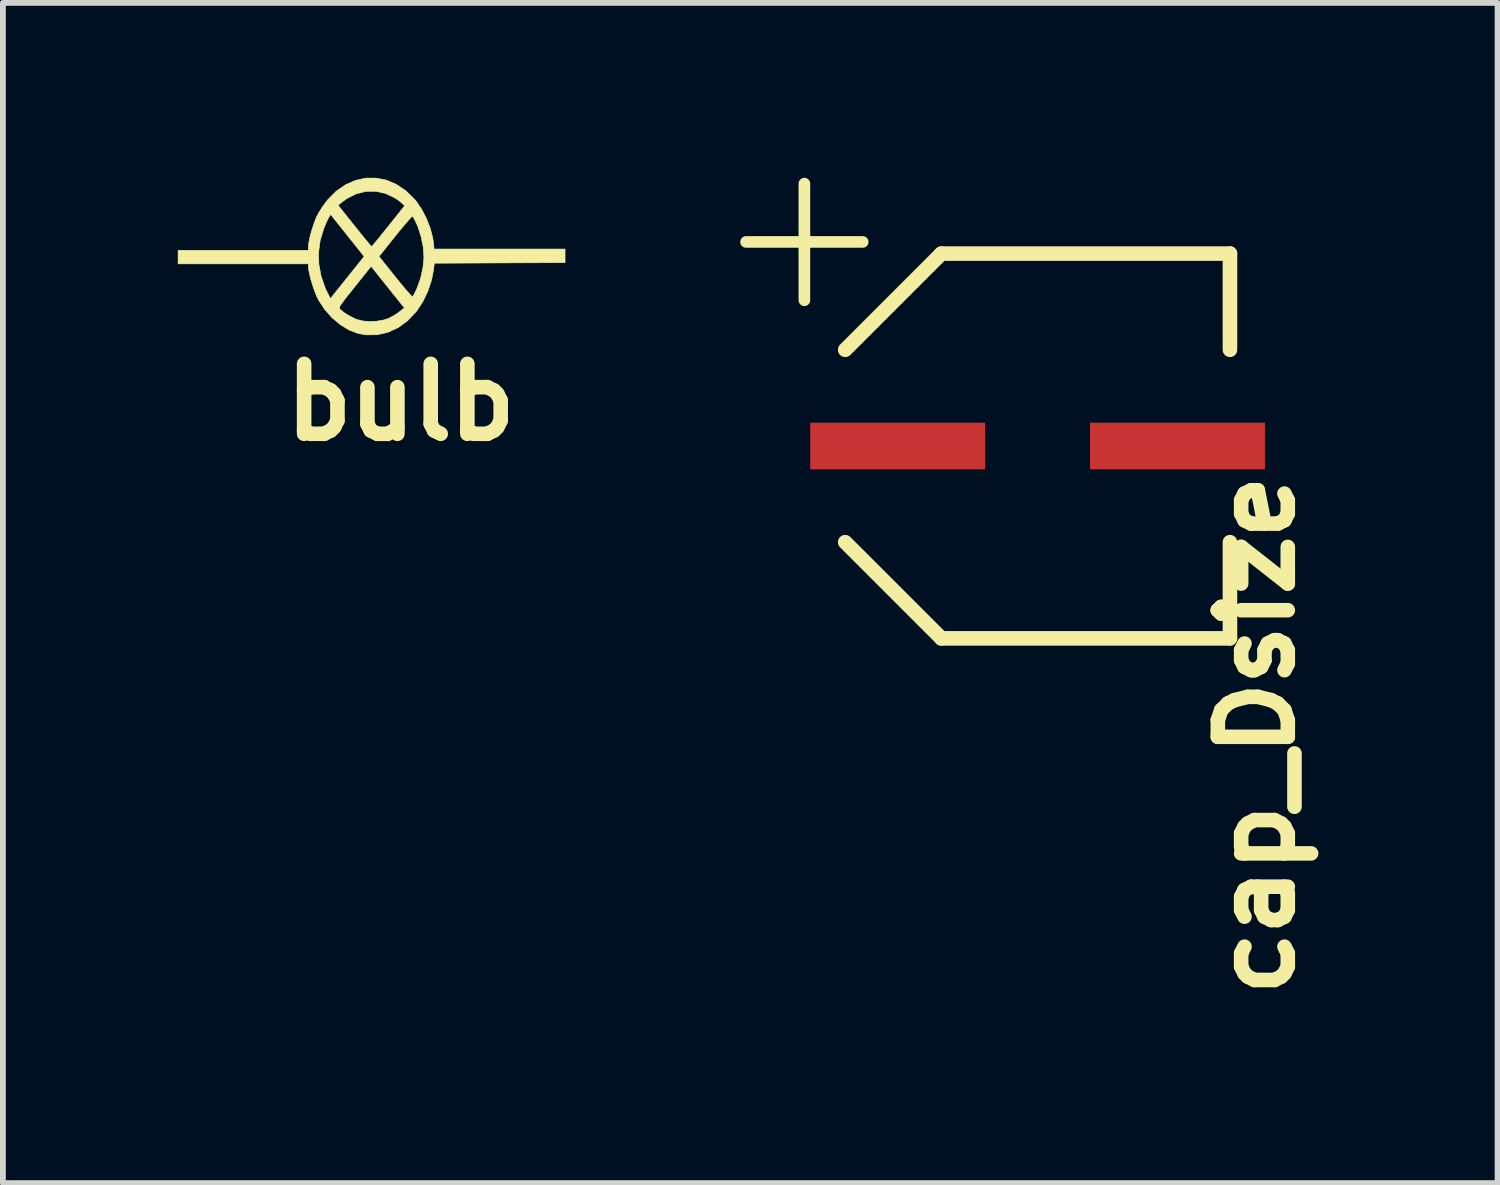
<source format=kicad_pcb>
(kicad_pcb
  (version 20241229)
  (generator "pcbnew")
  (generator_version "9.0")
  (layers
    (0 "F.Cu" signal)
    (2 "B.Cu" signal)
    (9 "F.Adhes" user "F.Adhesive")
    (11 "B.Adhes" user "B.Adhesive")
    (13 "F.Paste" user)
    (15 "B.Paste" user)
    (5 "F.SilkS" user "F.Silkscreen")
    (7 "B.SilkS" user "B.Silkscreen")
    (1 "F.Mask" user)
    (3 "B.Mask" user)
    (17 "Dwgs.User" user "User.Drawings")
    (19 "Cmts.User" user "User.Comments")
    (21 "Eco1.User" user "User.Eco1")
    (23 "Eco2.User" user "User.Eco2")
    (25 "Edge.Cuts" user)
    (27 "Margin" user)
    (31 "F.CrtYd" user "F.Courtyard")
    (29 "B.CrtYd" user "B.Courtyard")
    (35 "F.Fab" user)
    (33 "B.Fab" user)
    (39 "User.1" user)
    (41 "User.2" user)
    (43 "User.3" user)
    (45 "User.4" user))
  (footprint "cap_Dsize"
    (layer "F.Cu")
    (at 14.748 4.6)
    (property "Reference" "cap_Dsize" (at 3.75 4.96 90) (layer "F.SilkS") (effects (font (size 1.2 1.2) (thickness 0.25))))
    (attr through_hole)
    (fp_line (start -4 -2.5) (end -4 -4.5) (stroke (width 0.2) (type solid)) (layer "F.SilkS"))
    (fp_line (start -3.3 -1.65) (end -1.65 -3.3) (stroke (width 0.25) (type solid)) (layer "F.SilkS"))
    (fp_line (start -3.3 1.65) (end -1.65 3.3) (stroke (width 0.25) (type solid)) (layer "F.SilkS"))
    (fp_line (start -3 -3.5) (end -5 -3.5) (stroke (width 0.2) (type solid)) (layer "F.SilkS"))
    (fp_line (start -1.65 -3.3) (end 3.3 -3.3) (stroke (width 0.25) (type solid)) (layer "F.SilkS"))
    (fp_line (start -1.65 3.3) (end 3.3 3.3) (stroke (width 0.25) (type solid)) (layer "F.SilkS"))
    (fp_line (start 3.3 -3.3) (end 3.3 -1.65) (stroke (width 0.25) (type solid)) (layer "F.SilkS"))
    (fp_line (start 3.3 3.3) (end 3.3 1.65) (stroke (width 0.25) (type solid)) (layer "F.SilkS"))
    (pad "1" smd rect (at -2.4 0) (size 3 0.8) (layers "F.Cu" "F.Mask" "F.Paste"))
    (pad "2" smd rect (at 2.4 0) (size 3 0.8) (layers "F.Cu" "F.Mask" "F.Paste")))
  (footprint "bulb"
    (layer "F.Cu")
    (at 3.324 1.349)
    (property "Reference" "bulb" (at 0.5 2.5 0) (layer "F.SilkS") (effects (font (size 1.2 1.2) (thickness 0.25))))
    (attr through_hole)
    (fp_poly (pts (xy 0.255 -1.309) (xy 0.425 -1.236) (xy 0.586 -1.128) (xy 0.735 -0.983) (xy 0.767 -0.945) (xy 0.859 -0.809) (xy 0.94 -0.653) (xy 1.005 -0.487) (xy 1.048 -0.324) (xy 1.062 -0.232) (xy 1.072 -0.127) (xy 3.319 -0.127) (xy 3.319 0.106) (xy 2.197 0.111) (xy 1.076 0.116) (xy 1.063 0.229) (xy 1.028 0.408) (xy 0.967 0.591) (xy 0.885 0.765) (xy 0.786 0.919) (xy 0.767 0.945) (xy 0.619 1.101) (xy 0.456 1.22) (xy 0.281 1.301) (xy 0.096 1.343) (xy -0.094 1.345) (xy -0.229 1.322) (xy -0.382 1.264) (xy -0.534 1.172) (xy -0.678 1.051) (xy -0.805 0.908) (xy -0.823 0.88) (xy -0.553 0.88) (xy -0.55 0.894) (xy -0.541 0.906) (xy -0.536 0.911) (xy -0.467 0.967) (xy -0.376 1.022) (xy -0.277 1.071) (xy -0.246 1.083) (xy -0.147 1.107) (xy -0.03 1.116) (xy 0.093 1.11) (xy 0.209 1.089) (xy 0.295 1.061) (xy 0.367 1.023) (xy 0.441 0.976) (xy 0.478 0.949) (xy 0.562 0.882) (xy 0.277 0.526) (xy -0.008 0.169) (xy -0.291 0.522) (xy -0.38 0.634) (xy -0.448 0.719) (xy -0.496 0.783) (xy -0.528 0.828) (xy -0.546 0.859) (xy -0.553 0.88) (xy -0.823 0.88) (xy -0.909 0.749) (xy -0.936 0.696) (xy -0.972 0.609) (xy -1.008 0.505) (xy -1.041 0.397) (xy -1.066 0.296) (xy -1.081 0.214) (xy -1.084 0.179) (xy -1.084 0.127) (xy -3.319 0.127) (xy -3.319 -0.07) (xy -0.909 -0.07) (xy -0.904 0.137) (xy -0.865 0.343) (xy -0.795 0.544) (xy -0.758 0.621) (xy -0.706 0.723) (xy -0.417 0.362) (xy -0.127 0.000157) (xy -0.127 0) (xy 0.127 0) (xy 0.406 0.349) (xy 0.486 0.448) (xy 0.558 0.535) (xy 0.62 0.607) (xy 0.666 0.659) (xy 0.695 0.688) (xy 0.702 0.692) (xy 0.717 0.671) (xy 0.743 0.622) (xy 0.775 0.555) (xy 0.782 0.538) (xy 0.84 0.375) (xy 0.88 0.2) (xy 0.897 0.031) (xy 0.897 0) (xy 0.885 -0.166) (xy 0.849 -0.341) (xy 0.795 -0.508) (xy 0.782 -0.538) (xy 0.75 -0.608) (xy 0.722 -0.662) (xy 0.704 -0.69) (xy 0.702 -0.692) (xy 0.686 -0.679) (xy 0.65 -0.641) (xy 0.597 -0.58) (xy 0.531 -0.502) (xy 0.455 -0.41) (xy 0.406 -0.349) (xy 0.127 0) (xy -0.127 0) (xy -0.702 -0.72) (xy -0.733 -0.672) (xy -0.755 -0.63) (xy -0.785 -0.563) (xy -0.817 -0.485) (xy -0.821 -0.475) (xy -0.882 -0.275) (xy -0.909 -0.07) (xy -3.319 -0.07) (xy -3.319 -0.106) (xy -1.084 -0.106) (xy -1.084 -0.168) (xy -1.076 -0.241) (xy -1.056 -0.339) (xy -1.026 -0.449) (xy -0.99 -0.561) (xy -0.951 -0.662) (xy -0.936 -0.696) (xy -0.893 -0.773) (xy -0.835 -0.862) (xy -0.823 -0.878) (xy -0.575 -0.878) (xy -0.292 -0.524) (xy -0.212 -0.424) (xy -0.14 -0.335) (xy -0.08 -0.262) (xy -0.034 -0.207) (xy -0.006 -0.175) (xy 0.000005 -0.169) (xy 0.014 -0.184) (xy 0.048 -0.224) (xy 0.1 -0.286) (xy 0.164 -0.365) (xy 0.239 -0.458) (xy 0.288 -0.519) (xy 0.567 -0.869) (xy 0.525 -0.911) (xy 0.485 -0.945) (xy 0.43 -0.984) (xy 0.398 -1.005) (xy 0.237 -1.081) (xy 0.07 -1.118) (xy -0.1 -1.115) (xy -0.267 -1.073) (xy -0.427 -0.992) (xy -0.52 -0.924) (xy -0.575 -0.878) (xy -0.823 -0.878) (xy -0.772 -0.948) (xy -0.751 -0.974) (xy -0.604 -1.121) (xy -0.443 -1.232) (xy -0.273 -1.306) (xy -0.098 -1.344) (xy 0.079 -1.344) (xy 0.255 -1.309)) (stroke (width 0.01) (type solid)) (fill yes) (layer "F.SilkS")))
  (gr_rect
    (start -3 -3)
    (end 22.639 17.244)
    (stroke (width 0.1) (type default))
    (fill no)
    (layer "Edge.Cuts")))
</source>
